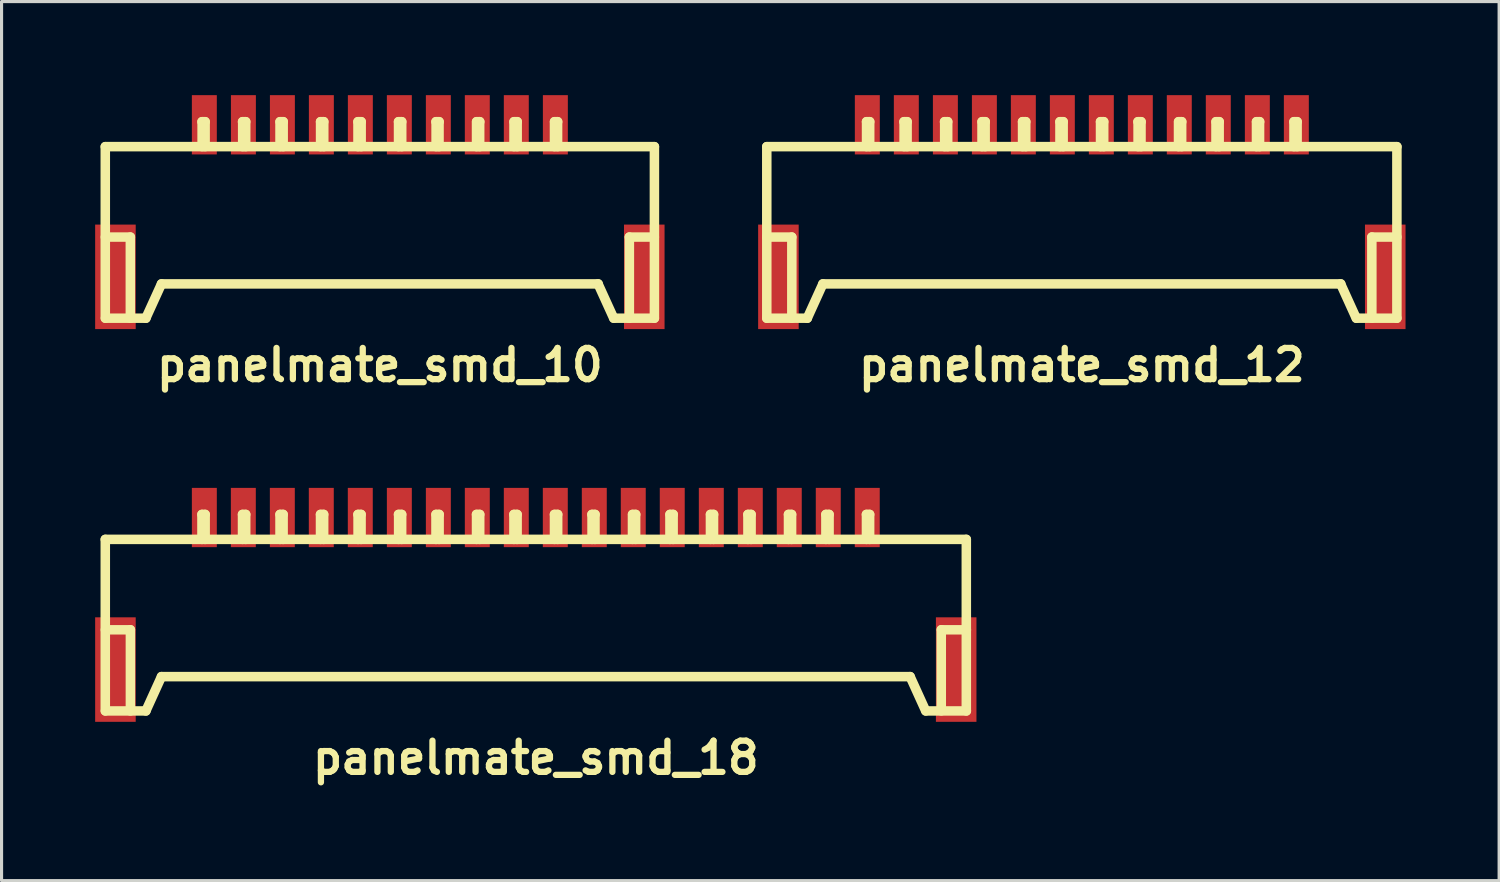
<source format=kicad_pcb>
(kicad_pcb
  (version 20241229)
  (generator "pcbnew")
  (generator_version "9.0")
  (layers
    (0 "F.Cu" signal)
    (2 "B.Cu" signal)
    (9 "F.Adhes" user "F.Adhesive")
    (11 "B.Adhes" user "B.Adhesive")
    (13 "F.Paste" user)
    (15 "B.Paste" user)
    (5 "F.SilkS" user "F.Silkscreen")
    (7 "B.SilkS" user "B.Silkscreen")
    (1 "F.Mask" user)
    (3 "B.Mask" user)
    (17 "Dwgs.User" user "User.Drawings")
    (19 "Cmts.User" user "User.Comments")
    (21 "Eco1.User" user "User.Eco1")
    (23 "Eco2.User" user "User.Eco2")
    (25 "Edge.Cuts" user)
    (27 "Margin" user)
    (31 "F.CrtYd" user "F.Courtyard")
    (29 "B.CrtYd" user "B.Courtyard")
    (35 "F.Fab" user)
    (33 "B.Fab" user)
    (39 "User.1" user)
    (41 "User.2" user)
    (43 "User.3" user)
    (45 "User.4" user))
  (footprint "panelmate_smd_10"
    (layer "F.Cu")
    (at 9.126 4.45)
    (property "Reference" "panelmate_smd_10" (at 0 4.201 0) (layer "F.SilkS") (effects (font (size 1.001 1.001) (thickness 0.201))))
    (attr smd)
    (fp_line (start -8.801 -2.799) (end -8.801 2.7) (stroke (width 0.305) (type solid)) (layer "F.SilkS"))
    (fp_line (start -8.801 -2.799) (end 8.801 -2.799) (stroke (width 0.305) (type solid)) (layer "F.SilkS"))
    (fp_line (start -8.799 0.099) (end -7.998 0.099) (stroke (width 0.305) (type solid)) (layer "F.SilkS"))
    (fp_line (start -7.998 0.099) (end -7.998 2.7) (stroke (width 0.305) (type solid)) (layer "F.SilkS"))
    (fp_line (start -7.501 2.7) (end -7 1.6) (stroke (width 0.305) (type solid)) (layer "F.SilkS"))
    (fp_line (start -7.498 2.7) (end -8.796 2.7) (stroke (width 0.305) (type solid)) (layer "F.SilkS"))
    (fp_line (start -5.702 -3.599) (end -5.601 -3.599) (stroke (width 0.305) (type solid)) (layer "F.SilkS"))
    (fp_line (start -5.697 -2.799) (end -5.697 -3.599) (stroke (width 0.305) (type solid)) (layer "F.SilkS"))
    (fp_line (start -5.601 -3.599) (end -5.601 -2.799) (stroke (width 0.305) (type solid)) (layer "F.SilkS"))
    (fp_line (start -4.402 -3.599) (end -4.3 -3.599) (stroke (width 0.305) (type solid)) (layer "F.SilkS"))
    (fp_line (start -4.397 -2.799) (end -4.397 -3.599) (stroke (width 0.305) (type solid)) (layer "F.SilkS"))
    (fp_line (start -4.3 -3.599) (end -4.3 -2.799) (stroke (width 0.305) (type solid)) (layer "F.SilkS"))
    (fp_line (start -3.2 -3.599) (end -3.2 -2.799) (stroke (width 0.305) (type solid)) (layer "F.SilkS"))
    (fp_line (start -3.099 -3.599) (end -3.099 -2.799) (stroke (width 0.305) (type solid)) (layer "F.SilkS"))
    (fp_line (start -3.096 -3.599) (end -3.198 -3.599) (stroke (width 0.305) (type solid)) (layer "F.SilkS"))
    (fp_line (start -1.9 -3.599) (end -1.798 -3.599) (stroke (width 0.305) (type solid)) (layer "F.SilkS"))
    (fp_line (start -1.9 -2.799) (end -1.9 -3.599) (stroke (width 0.305) (type solid)) (layer "F.SilkS"))
    (fp_line (start -1.798 -3.599) (end -1.798 -2.799) (stroke (width 0.305) (type solid)) (layer "F.SilkS"))
    (fp_line (start -0.701 -3.599) (end -0.599 -3.599) (stroke (width 0.305) (type solid)) (layer "F.SilkS"))
    (fp_line (start -0.701 -2.799) (end -0.701 -3.599) (stroke (width 0.305) (type solid)) (layer "F.SilkS"))
    (fp_line (start -0.599 -3.599) (end -0.599 -2.799) (stroke (width 0.305) (type solid)) (layer "F.SilkS"))
    (fp_line (start 0.599 -3.599) (end 0.599 -2.799) (stroke (width 0.305) (type solid)) (layer "F.SilkS"))
    (fp_line (start 0.701 -3.599) (end 0.599 -3.599) (stroke (width 0.305) (type solid)) (layer "F.SilkS"))
    (fp_line (start 0.701 -2.799) (end 0.701 -3.599) (stroke (width 0.305) (type solid)) (layer "F.SilkS"))
    (fp_line (start 1.803 -3.599) (end 1.803 -2.799) (stroke (width 0.305) (type solid)) (layer "F.SilkS"))
    (fp_line (start 1.897 -3.599) (end 1.897 -2.799) (stroke (width 0.305) (type solid)) (layer "F.SilkS"))
    (fp_line (start 1.9 -3.599) (end 1.798 -3.599) (stroke (width 0.305) (type solid)) (layer "F.SilkS"))
    (fp_line (start 3.099 -3.599) (end 3.099 -2.799) (stroke (width 0.305) (type solid)) (layer "F.SilkS"))
    (fp_line (start 3.104 -3.599) (end 3.203 -3.599) (stroke (width 0.305) (type solid)) (layer "F.SilkS"))
    (fp_line (start 3.2 -2.799) (end 3.2 -3.599) (stroke (width 0.305) (type solid)) (layer "F.SilkS"))
    (fp_line (start 4.3 -3.599) (end 4.3 -2.799) (stroke (width 0.305) (type solid)) (layer "F.SilkS"))
    (fp_line (start 4.402 -2.799) (end 4.402 -3.599) (stroke (width 0.305) (type solid)) (layer "F.SilkS"))
    (fp_line (start 4.404 -3.599) (end 4.303 -3.599) (stroke (width 0.305) (type solid)) (layer "F.SilkS"))
    (fp_line (start 5.598 -3.599) (end 5.598 -2.799) (stroke (width 0.305) (type solid)) (layer "F.SilkS"))
    (fp_line (start 5.601 -3.599) (end 5.7 -3.599) (stroke (width 0.305) (type solid)) (layer "F.SilkS"))
    (fp_line (start 5.697 -2.799) (end 5.697 -3.599) (stroke (width 0.305) (type solid)) (layer "F.SilkS"))
    (fp_line (start 6.995 1.6) (end 7.496 2.7) (stroke (width 0.305) (type solid)) (layer "F.SilkS"))
    (fp_line (start 7 1.6) (end -7 1.6) (stroke (width 0.305) (type solid)) (layer "F.SilkS"))
    (fp_line (start 7.501 2.7) (end 8.799 2.7) (stroke (width 0.305) (type solid)) (layer "F.SilkS"))
    (fp_line (start 7.998 0.099) (end 7.998 2.7) (stroke (width 0.305) (type solid)) (layer "F.SilkS"))
    (fp_line (start 8.799 0.099) (end 7.998 0.099) (stroke (width 0.305) (type solid)) (layer "F.SilkS"))
    (fp_line (start 8.801 -2.799) (end 8.801 2.7) (stroke (width 0.305) (type solid)) (layer "F.SilkS"))
    (pad "1" smd rect (at -5.626 -3.5) (size 0.8 1.9) (layers "F.Cu" "F.Mask" "F.Paste"))
    (pad "2" smd rect (at -4.374 -3.5) (size 0.8 1.9) (layers "F.Cu" "F.Mask" "F.Paste"))
    (pad "3" smd rect (at -3.124 -3.5) (size 0.8 1.9) (layers "F.Cu" "F.Mask" "F.Paste"))
    (pad "4" smd rect (at -1.875 -3.5) (size 0.8 1.9) (layers "F.Cu" "F.Mask" "F.Paste"))
    (pad "5" smd rect (at -0.625 -3.5) (size 0.8 1.9) (layers "F.Cu" "F.Mask" "F.Paste"))
    (pad "6" smd rect (at 0.625 -3.5) (size 0.8 1.9) (layers "F.Cu" "F.Mask" "F.Paste"))
    (pad "7" smd rect (at 1.875 -3.5) (size 0.8 1.9) (layers "F.Cu" "F.Mask" "F.Paste"))
    (pad "8" smd rect (at 3.124 -3.5) (size 0.8 1.9) (layers "F.Cu" "F.Mask" "F.Paste"))
    (pad "9" smd rect (at 4.374 -3.5) (size 0.8 1.9) (layers "F.Cu" "F.Mask" "F.Paste"))
    (pad "10" smd rect (at 5.626 -3.5) (size 0.8 1.9) (layers "F.Cu" "F.Mask" "F.Paste"))
    (pad "11" smd rect (at -8.476 1.374) (size 1.3 3.35) (layers "F.Cu" "F.Mask" "F.Paste"))
    (pad "11" smd rect (at 8.476 1.374) (size 1.3 3.35) (layers "F.Cu" "F.Mask" "F.Paste")))
  (footprint "panelmate_smd_12"
    (layer "F.Cu")
    (at 31.628 4.45)
    (property "Reference" "panelmate_smd_12" (at 0 4.201 0) (layer "F.SilkS") (effects (font (size 1.001 1.001) (thickness 0.201))))
    (attr smd)
    (fp_line (start -10.099 -2.799) (end -10.099 2.7) (stroke (width 0.305) (type solid)) (layer "F.SilkS"))
    (fp_line (start -10.099 -2.799) (end 10.099 -2.799) (stroke (width 0.305) (type solid)) (layer "F.SilkS"))
    (fp_line (start -10.099 0.099) (end -9.299 0.099) (stroke (width 0.305) (type solid)) (layer "F.SilkS"))
    (fp_line (start -9.296 0.099) (end -9.296 2.7) (stroke (width 0.305) (type solid)) (layer "F.SilkS"))
    (fp_line (start -8.801 2.7) (end -8.301 1.6) (stroke (width 0.305) (type solid)) (layer "F.SilkS"))
    (fp_line (start -8.799 2.7) (end -10.097 2.7) (stroke (width 0.305) (type solid)) (layer "F.SilkS"))
    (fp_line (start -6.901 -3.599) (end -6.901 -2.799) (stroke (width 0.305) (type solid)) (layer "F.SilkS"))
    (fp_line (start -6.8 -3.599) (end -6.901 -3.599) (stroke (width 0.305) (type solid)) (layer "F.SilkS"))
    (fp_line (start -6.8 -2.799) (end -6.8 -3.599) (stroke (width 0.305) (type solid)) (layer "F.SilkS"))
    (fp_line (start -5.702 -3.599) (end -5.601 -3.599) (stroke (width 0.305) (type solid)) (layer "F.SilkS"))
    (fp_line (start -5.697 -2.799) (end -5.697 -3.599) (stroke (width 0.305) (type solid)) (layer "F.SilkS"))
    (fp_line (start -5.601 -3.599) (end -5.601 -2.799) (stroke (width 0.305) (type solid)) (layer "F.SilkS"))
    (fp_line (start -4.402 -3.599) (end -4.3 -3.599) (stroke (width 0.305) (type solid)) (layer "F.SilkS"))
    (fp_line (start -4.397 -2.799) (end -4.397 -3.599) (stroke (width 0.305) (type solid)) (layer "F.SilkS"))
    (fp_line (start -4.3 -3.599) (end -4.3 -2.799) (stroke (width 0.305) (type solid)) (layer "F.SilkS"))
    (fp_line (start -3.2 -3.599) (end -3.2 -2.799) (stroke (width 0.305) (type solid)) (layer "F.SilkS"))
    (fp_line (start -3.099 -3.599) (end -3.099 -2.799) (stroke (width 0.305) (type solid)) (layer "F.SilkS"))
    (fp_line (start -3.096 -3.599) (end -3.198 -3.599) (stroke (width 0.305) (type solid)) (layer "F.SilkS"))
    (fp_line (start -1.9 -3.599) (end -1.798 -3.599) (stroke (width 0.305) (type solid)) (layer "F.SilkS"))
    (fp_line (start -1.9 -2.799) (end -1.9 -3.599) (stroke (width 0.305) (type solid)) (layer "F.SilkS"))
    (fp_line (start -1.798 -3.599) (end -1.798 -2.799) (stroke (width 0.305) (type solid)) (layer "F.SilkS"))
    (fp_line (start -0.701 -3.599) (end -0.599 -3.599) (stroke (width 0.305) (type solid)) (layer "F.SilkS"))
    (fp_line (start -0.701 -2.799) (end -0.701 -3.599) (stroke (width 0.305) (type solid)) (layer "F.SilkS"))
    (fp_line (start -0.599 -3.599) (end -0.599 -2.799) (stroke (width 0.305) (type solid)) (layer "F.SilkS"))
    (fp_line (start 0.599 -3.599) (end 0.599 -2.799) (stroke (width 0.305) (type solid)) (layer "F.SilkS"))
    (fp_line (start 0.701 -3.599) (end 0.599 -3.599) (stroke (width 0.305) (type solid)) (layer "F.SilkS"))
    (fp_line (start 0.701 -2.799) (end 0.701 -3.599) (stroke (width 0.305) (type solid)) (layer "F.SilkS"))
    (fp_line (start 1.803 -3.599) (end 1.803 -2.799) (stroke (width 0.305) (type solid)) (layer "F.SilkS"))
    (fp_line (start 1.897 -3.599) (end 1.897 -2.799) (stroke (width 0.305) (type solid)) (layer "F.SilkS"))
    (fp_line (start 1.9 -3.599) (end 1.798 -3.599) (stroke (width 0.305) (type solid)) (layer "F.SilkS"))
    (fp_line (start 3.099 -3.599) (end 3.099 -2.799) (stroke (width 0.305) (type solid)) (layer "F.SilkS"))
    (fp_line (start 3.104 -3.599) (end 3.203 -3.599) (stroke (width 0.305) (type solid)) (layer "F.SilkS"))
    (fp_line (start 3.2 -2.799) (end 3.2 -3.599) (stroke (width 0.305) (type solid)) (layer "F.SilkS"))
    (fp_line (start 4.3 -3.599) (end 4.3 -2.799) (stroke (width 0.305) (type solid)) (layer "F.SilkS"))
    (fp_line (start 4.402 -2.799) (end 4.402 -3.599) (stroke (width 0.305) (type solid)) (layer "F.SilkS"))
    (fp_line (start 4.404 -3.599) (end 4.303 -3.599) (stroke (width 0.305) (type solid)) (layer "F.SilkS"))
    (fp_line (start 5.598 -3.599) (end 5.598 -2.799) (stroke (width 0.305) (type solid)) (layer "F.SilkS"))
    (fp_line (start 5.601 -3.599) (end 5.7 -3.599) (stroke (width 0.305) (type solid)) (layer "F.SilkS"))
    (fp_line (start 5.697 -2.799) (end 5.697 -3.599) (stroke (width 0.305) (type solid)) (layer "F.SilkS"))
    (fp_line (start 6.8 -3.599) (end 6.901 -3.599) (stroke (width 0.305) (type solid)) (layer "F.SilkS"))
    (fp_line (start 6.8 -2.799) (end 6.8 -3.599) (stroke (width 0.305) (type solid)) (layer "F.SilkS"))
    (fp_line (start 6.901 -3.599) (end 6.901 -2.799) (stroke (width 0.305) (type solid)) (layer "F.SilkS"))
    (fp_line (start 8.296 1.6) (end 8.796 2.7) (stroke (width 0.305) (type solid)) (layer "F.SilkS"))
    (fp_line (start 8.301 1.6) (end -8.301 1.6) (stroke (width 0.305) (type solid)) (layer "F.SilkS"))
    (fp_line (start 8.801 2.7) (end 10.099 2.7) (stroke (width 0.305) (type solid)) (layer "F.SilkS"))
    (fp_line (start 9.296 0.097) (end 9.296 2.697) (stroke (width 0.305) (type solid)) (layer "F.SilkS"))
    (fp_line (start 10.099 -2.799) (end 10.099 2.7) (stroke (width 0.305) (type solid)) (layer "F.SilkS"))
    (fp_line (start 10.099 0.099) (end 9.299 0.099) (stroke (width 0.305) (type solid)) (layer "F.SilkS"))
    (pad "1" smd rect (at -6.876 -3.5) (size 0.8 1.9) (layers "F.Cu" "F.Mask" "F.Paste"))
    (pad "2" smd rect (at -5.626 -3.5) (size 0.8 1.9) (layers "F.Cu" "F.Mask" "F.Paste"))
    (pad "3" smd rect (at -4.374 -3.5) (size 0.8 1.9) (layers "F.Cu" "F.Mask" "F.Paste"))
    (pad "4" smd rect (at -3.124 -3.5) (size 0.8 1.9) (layers "F.Cu" "F.Mask" "F.Paste"))
    (pad "5" smd rect (at -1.875 -3.5) (size 0.8 1.9) (layers "F.Cu" "F.Mask" "F.Paste"))
    (pad "6" smd rect (at -0.625 -3.5) (size 0.8 1.9) (layers "F.Cu" "F.Mask" "F.Paste"))
    (pad "7" smd rect (at 0.625 -3.5) (size 0.8 1.9) (layers "F.Cu" "F.Mask" "F.Paste"))
    (pad "8" smd rect (at 1.875 -3.5) (size 0.8 1.9) (layers "F.Cu" "F.Mask" "F.Paste"))
    (pad "9" smd rect (at 3.124 -3.5) (size 0.8 1.9) (layers "F.Cu" "F.Mask" "F.Paste"))
    (pad "10" smd rect (at 4.374 -3.5) (size 0.8 1.9) (layers "F.Cu" "F.Mask" "F.Paste"))
    (pad "11" smd rect (at 5.626 -3.5) (size 0.8 1.9) (layers "F.Cu" "F.Mask" "F.Paste"))
    (pad "12" smd rect (at 6.876 -3.5) (size 0.8 1.9) (layers "F.Cu" "F.Mask" "F.Paste"))
    (pad "13" smd rect (at -9.726 1.374) (size 1.3 3.35) (layers "F.Cu" "F.Mask" "F.Paste"))
    (pad "13" smd rect (at 9.726 1.374) (size 1.3 3.35) (layers "F.Cu" "F.Mask" "F.Paste")))
  (footprint "panelmate_smd_18"
    (layer "F.Cu")
    (at 14.125 17.039)
    (property "Reference" "panelmate_smd_18" (at 0 4.201 0) (layer "F.SilkS") (effects (font (size 1.001 1.001) (thickness 0.201))))
    (attr smd)
    (fp_line (start -13.8 -2.799) (end -13.8 2.7) (stroke (width 0.305) (type solid)) (layer "F.SilkS"))
    (fp_line (start -13.797 0.099) (end -12.997 0.099) (stroke (width 0.305) (type solid)) (layer "F.SilkS"))
    (fp_line (start -12.995 0.099) (end -12.995 2.7) (stroke (width 0.305) (type solid)) (layer "F.SilkS"))
    (fp_line (start -12.499 2.7) (end -11.999 1.6) (stroke (width 0.305) (type solid)) (layer "F.SilkS"))
    (fp_line (start -12.497 2.7) (end -13.795 2.7) (stroke (width 0.305) (type solid)) (layer "F.SilkS"))
    (fp_line (start -11.999 1.6) (end 11.999 1.6) (stroke (width 0.305) (type solid)) (layer "F.SilkS"))
    (fp_line (start -10.701 -3.599) (end -10.599 -3.599) (stroke (width 0.305) (type solid)) (layer "F.SilkS"))
    (fp_line (start -10.701 -2.799) (end -10.701 -3.599) (stroke (width 0.305) (type solid)) (layer "F.SilkS"))
    (fp_line (start -10.599 -3.599) (end -10.599 -2.799) (stroke (width 0.305) (type solid)) (layer "F.SilkS"))
    (fp_line (start -9.401 -3.599) (end -9.401 -2.799) (stroke (width 0.305) (type solid)) (layer "F.SilkS"))
    (fp_line (start -9.299 -3.599) (end -9.401 -3.599) (stroke (width 0.305) (type solid)) (layer "F.SilkS"))
    (fp_line (start -9.299 -2.799) (end -9.299 -3.599) (stroke (width 0.305) (type solid)) (layer "F.SilkS"))
    (fp_line (start -8.199 -3.599) (end -8.1 -3.599) (stroke (width 0.305) (type solid)) (layer "F.SilkS"))
    (fp_line (start -8.199 -2.799) (end -8.199 -3.599) (stroke (width 0.305) (type solid)) (layer "F.SilkS"))
    (fp_line (start -8.1 -3.599) (end -8.1 -2.799) (stroke (width 0.305) (type solid)) (layer "F.SilkS"))
    (fp_line (start -6.901 -3.599) (end -6.901 -2.799) (stroke (width 0.305) (type solid)) (layer "F.SilkS"))
    (fp_line (start -6.8 -3.599) (end -6.901 -3.599) (stroke (width 0.305) (type solid)) (layer "F.SilkS"))
    (fp_line (start -6.8 -2.799) (end -6.8 -3.599) (stroke (width 0.305) (type solid)) (layer "F.SilkS"))
    (fp_line (start -5.702 -3.599) (end -5.601 -3.599) (stroke (width 0.305) (type solid)) (layer "F.SilkS"))
    (fp_line (start -5.697 -2.799) (end -5.697 -3.599) (stroke (width 0.305) (type solid)) (layer "F.SilkS"))
    (fp_line (start -5.601 -3.599) (end -5.601 -2.799) (stroke (width 0.305) (type solid)) (layer "F.SilkS"))
    (fp_line (start -4.402 -3.599) (end -4.3 -3.599) (stroke (width 0.305) (type solid)) (layer "F.SilkS"))
    (fp_line (start -4.397 -2.799) (end -4.397 -3.599) (stroke (width 0.305) (type solid)) (layer "F.SilkS"))
    (fp_line (start -4.3 -3.599) (end -4.3 -2.799) (stroke (width 0.305) (type solid)) (layer "F.SilkS"))
    (fp_line (start -3.2 -3.599) (end -3.2 -2.799) (stroke (width 0.305) (type solid)) (layer "F.SilkS"))
    (fp_line (start -3.099 -3.599) (end -3.099 -2.799) (stroke (width 0.305) (type solid)) (layer "F.SilkS"))
    (fp_line (start -3.096 -3.599) (end -3.198 -3.599) (stroke (width 0.305) (type solid)) (layer "F.SilkS"))
    (fp_line (start -1.9 -3.599) (end -1.798 -3.599) (stroke (width 0.305) (type solid)) (layer "F.SilkS"))
    (fp_line (start -1.9 -2.799) (end -1.9 -3.599) (stroke (width 0.305) (type solid)) (layer "F.SilkS"))
    (fp_line (start -1.798 -3.599) (end -1.798 -2.799) (stroke (width 0.305) (type solid)) (layer "F.SilkS"))
    (fp_line (start -0.701 -3.599) (end -0.599 -3.599) (stroke (width 0.305) (type solid)) (layer "F.SilkS"))
    (fp_line (start -0.701 -2.799) (end -0.701 -3.599) (stroke (width 0.305) (type solid)) (layer "F.SilkS"))
    (fp_line (start -0.599 -3.599) (end -0.599 -2.799) (stroke (width 0.305) (type solid)) (layer "F.SilkS"))
    (fp_line (start 0.599 -3.599) (end 0.599 -2.799) (stroke (width 0.305) (type solid)) (layer "F.SilkS"))
    (fp_line (start 0.701 -3.599) (end 0.599 -3.599) (stroke (width 0.305) (type solid)) (layer "F.SilkS"))
    (fp_line (start 0.701 -2.799) (end 0.701 -3.599) (stroke (width 0.305) (type solid)) (layer "F.SilkS"))
    (fp_line (start 1.803 -3.599) (end 1.803 -2.799) (stroke (width 0.305) (type solid)) (layer "F.SilkS"))
    (fp_line (start 1.897 -3.599) (end 1.897 -2.799) (stroke (width 0.305) (type solid)) (layer "F.SilkS"))
    (fp_line (start 1.9 -3.599) (end 1.798 -3.599) (stroke (width 0.305) (type solid)) (layer "F.SilkS"))
    (fp_line (start 3.099 -3.599) (end 3.099 -2.799) (stroke (width 0.305) (type solid)) (layer "F.SilkS"))
    (fp_line (start 3.104 -3.599) (end 3.203 -3.599) (stroke (width 0.305) (type solid)) (layer "F.SilkS"))
    (fp_line (start 3.2 -2.799) (end 3.2 -3.599) (stroke (width 0.305) (type solid)) (layer "F.SilkS"))
    (fp_line (start 4.3 -3.599) (end 4.3 -2.799) (stroke (width 0.305) (type solid)) (layer "F.SilkS"))
    (fp_line (start 4.402 -2.799) (end 4.402 -3.599) (stroke (width 0.305) (type solid)) (layer "F.SilkS"))
    (fp_line (start 4.404 -3.599) (end 4.303 -3.599) (stroke (width 0.305) (type solid)) (layer "F.SilkS"))
    (fp_line (start 5.598 -3.599) (end 5.598 -2.799) (stroke (width 0.305) (type solid)) (layer "F.SilkS"))
    (fp_line (start 5.601 -3.599) (end 5.7 -3.599) (stroke (width 0.305) (type solid)) (layer "F.SilkS"))
    (fp_line (start 5.697 -2.799) (end 5.697 -3.599) (stroke (width 0.305) (type solid)) (layer "F.SilkS"))
    (fp_line (start 6.8 -3.599) (end 6.901 -3.599) (stroke (width 0.305) (type solid)) (layer "F.SilkS"))
    (fp_line (start 6.8 -2.799) (end 6.8 -3.599) (stroke (width 0.305) (type solid)) (layer "F.SilkS"))
    (fp_line (start 6.901 -3.599) (end 6.901 -2.799) (stroke (width 0.305) (type solid)) (layer "F.SilkS"))
    (fp_line (start 8.1 -3.599) (end 8.1 -2.799) (stroke (width 0.305) (type solid)) (layer "F.SilkS"))
    (fp_line (start 8.199 -3.599) (end 8.1 -3.599) (stroke (width 0.305) (type solid)) (layer "F.SilkS"))
    (fp_line (start 8.199 -2.799) (end 8.199 -3.599) (stroke (width 0.305) (type solid)) (layer "F.SilkS"))
    (fp_line (start 9.299 -3.599) (end 9.401 -3.599) (stroke (width 0.305) (type solid)) (layer "F.SilkS"))
    (fp_line (start 9.299 -2.799) (end 9.299 -3.599) (stroke (width 0.305) (type solid)) (layer "F.SilkS"))
    (fp_line (start 9.401 -3.599) (end 9.401 -2.799) (stroke (width 0.305) (type solid)) (layer "F.SilkS"))
    (fp_line (start 10.599 -3.599) (end 10.701 -3.599) (stroke (width 0.305) (type solid)) (layer "F.SilkS"))
    (fp_line (start 10.599 -2.799) (end 10.599 -3.599) (stroke (width 0.305) (type solid)) (layer "F.SilkS"))
    (fp_line (start 10.701 -3.599) (end 10.701 -2.799) (stroke (width 0.305) (type solid)) (layer "F.SilkS"))
    (fp_line (start 11.999 1.6) (end 12.499 2.7) (stroke (width 0.305) (type solid)) (layer "F.SilkS"))
    (fp_line (start 12.504 2.7) (end 13.802 2.7) (stroke (width 0.305) (type solid)) (layer "F.SilkS"))
    (fp_line (start 12.997 0.097) (end 12.997 2.697) (stroke (width 0.305) (type solid)) (layer "F.SilkS"))
    (fp_line (start 13.8 -2.799) (end -13.8 -2.799) (stroke (width 0.305) (type solid)) (layer "F.SilkS"))
    (fp_line (start 13.8 -2.799) (end 13.8 2.7) (stroke (width 0.305) (type solid)) (layer "F.SilkS"))
    (fp_line (start 13.802 0.099) (end 13.002 0.099) (stroke (width 0.305) (type solid)) (layer "F.SilkS"))
    (pad "1" smd rect (at -10.625 -3.5) (size 0.8 1.9) (layers "F.Cu" "F.Mask" "F.Paste"))
    (pad "2" smd rect (at -9.375 -3.5) (size 0.8 1.9) (layers "F.Cu" "F.Mask" "F.Paste"))
    (pad "3" smd rect (at -8.125 -3.5) (size 0.8 1.9) (layers "F.Cu" "F.Mask" "F.Paste"))
    (pad "4" smd rect (at -6.876 -3.5) (size 0.8 1.9) (layers "F.Cu" "F.Mask" "F.Paste"))
    (pad "5" smd rect (at -5.626 -3.5) (size 0.8 1.9) (layers "F.Cu" "F.Mask" "F.Paste"))
    (pad "6" smd rect (at -4.374 -3.5) (size 0.8 1.9) (layers "F.Cu" "F.Mask" "F.Paste"))
    (pad "7" smd rect (at -3.124 -3.5) (size 0.8 1.9) (layers "F.Cu" "F.Mask" "F.Paste"))
    (pad "8" smd rect (at -1.875 -3.5) (size 0.8 1.9) (layers "F.Cu" "F.Mask" "F.Paste"))
    (pad "9" smd rect (at -0.625 -3.5) (size 0.8 1.9) (layers "F.Cu" "F.Mask" "F.Paste"))
    (pad "10" smd rect (at 0.625 -3.5) (size 0.8 1.9) (layers "F.Cu" "F.Mask" "F.Paste"))
    (pad "11" smd rect (at 1.875 -3.5) (size 0.8 1.9) (layers "F.Cu" "F.Mask" "F.Paste"))
    (pad "12" smd rect (at 3.124 -3.5) (size 0.8 1.9) (layers "F.Cu" "F.Mask" "F.Paste"))
    (pad "13" smd rect (at 4.374 -3.5) (size 0.8 1.9) (layers "F.Cu" "F.Mask" "F.Paste"))
    (pad "14" smd rect (at 5.626 -3.5) (size 0.8 1.9) (layers "F.Cu" "F.Mask" "F.Paste"))
    (pad "15" smd rect (at 6.876 -3.5) (size 0.8 1.9) (layers "F.Cu" "F.Mask" "F.Paste"))
    (pad "16" smd rect (at 8.125 -3.5) (size 0.8 1.9) (layers "F.Cu" "F.Mask" "F.Paste"))
    (pad "17" smd rect (at 9.375 -3.5) (size 0.8 1.9) (layers "F.Cu" "F.Mask" "F.Paste"))
    (pad "18" smd rect (at 10.625 -3.5) (size 0.8 1.9) (layers "F.Cu" "F.Mask" "F.Paste"))
    (pad "19" smd rect (at -13.475 1.374) (size 1.3 3.35) (layers "F.Cu" "F.Mask" "F.Paste"))
    (pad "19" smd rect (at 13.475 1.374) (size 1.3 3.35) (layers "F.Cu" "F.Mask" "F.Paste")))
  (gr_rect
    (start -3 -3)
    (end 45.004 25.178)
    (stroke (width 0.1) (type default))
    (fill no)
    (layer "Edge.Cuts")))
</source>
